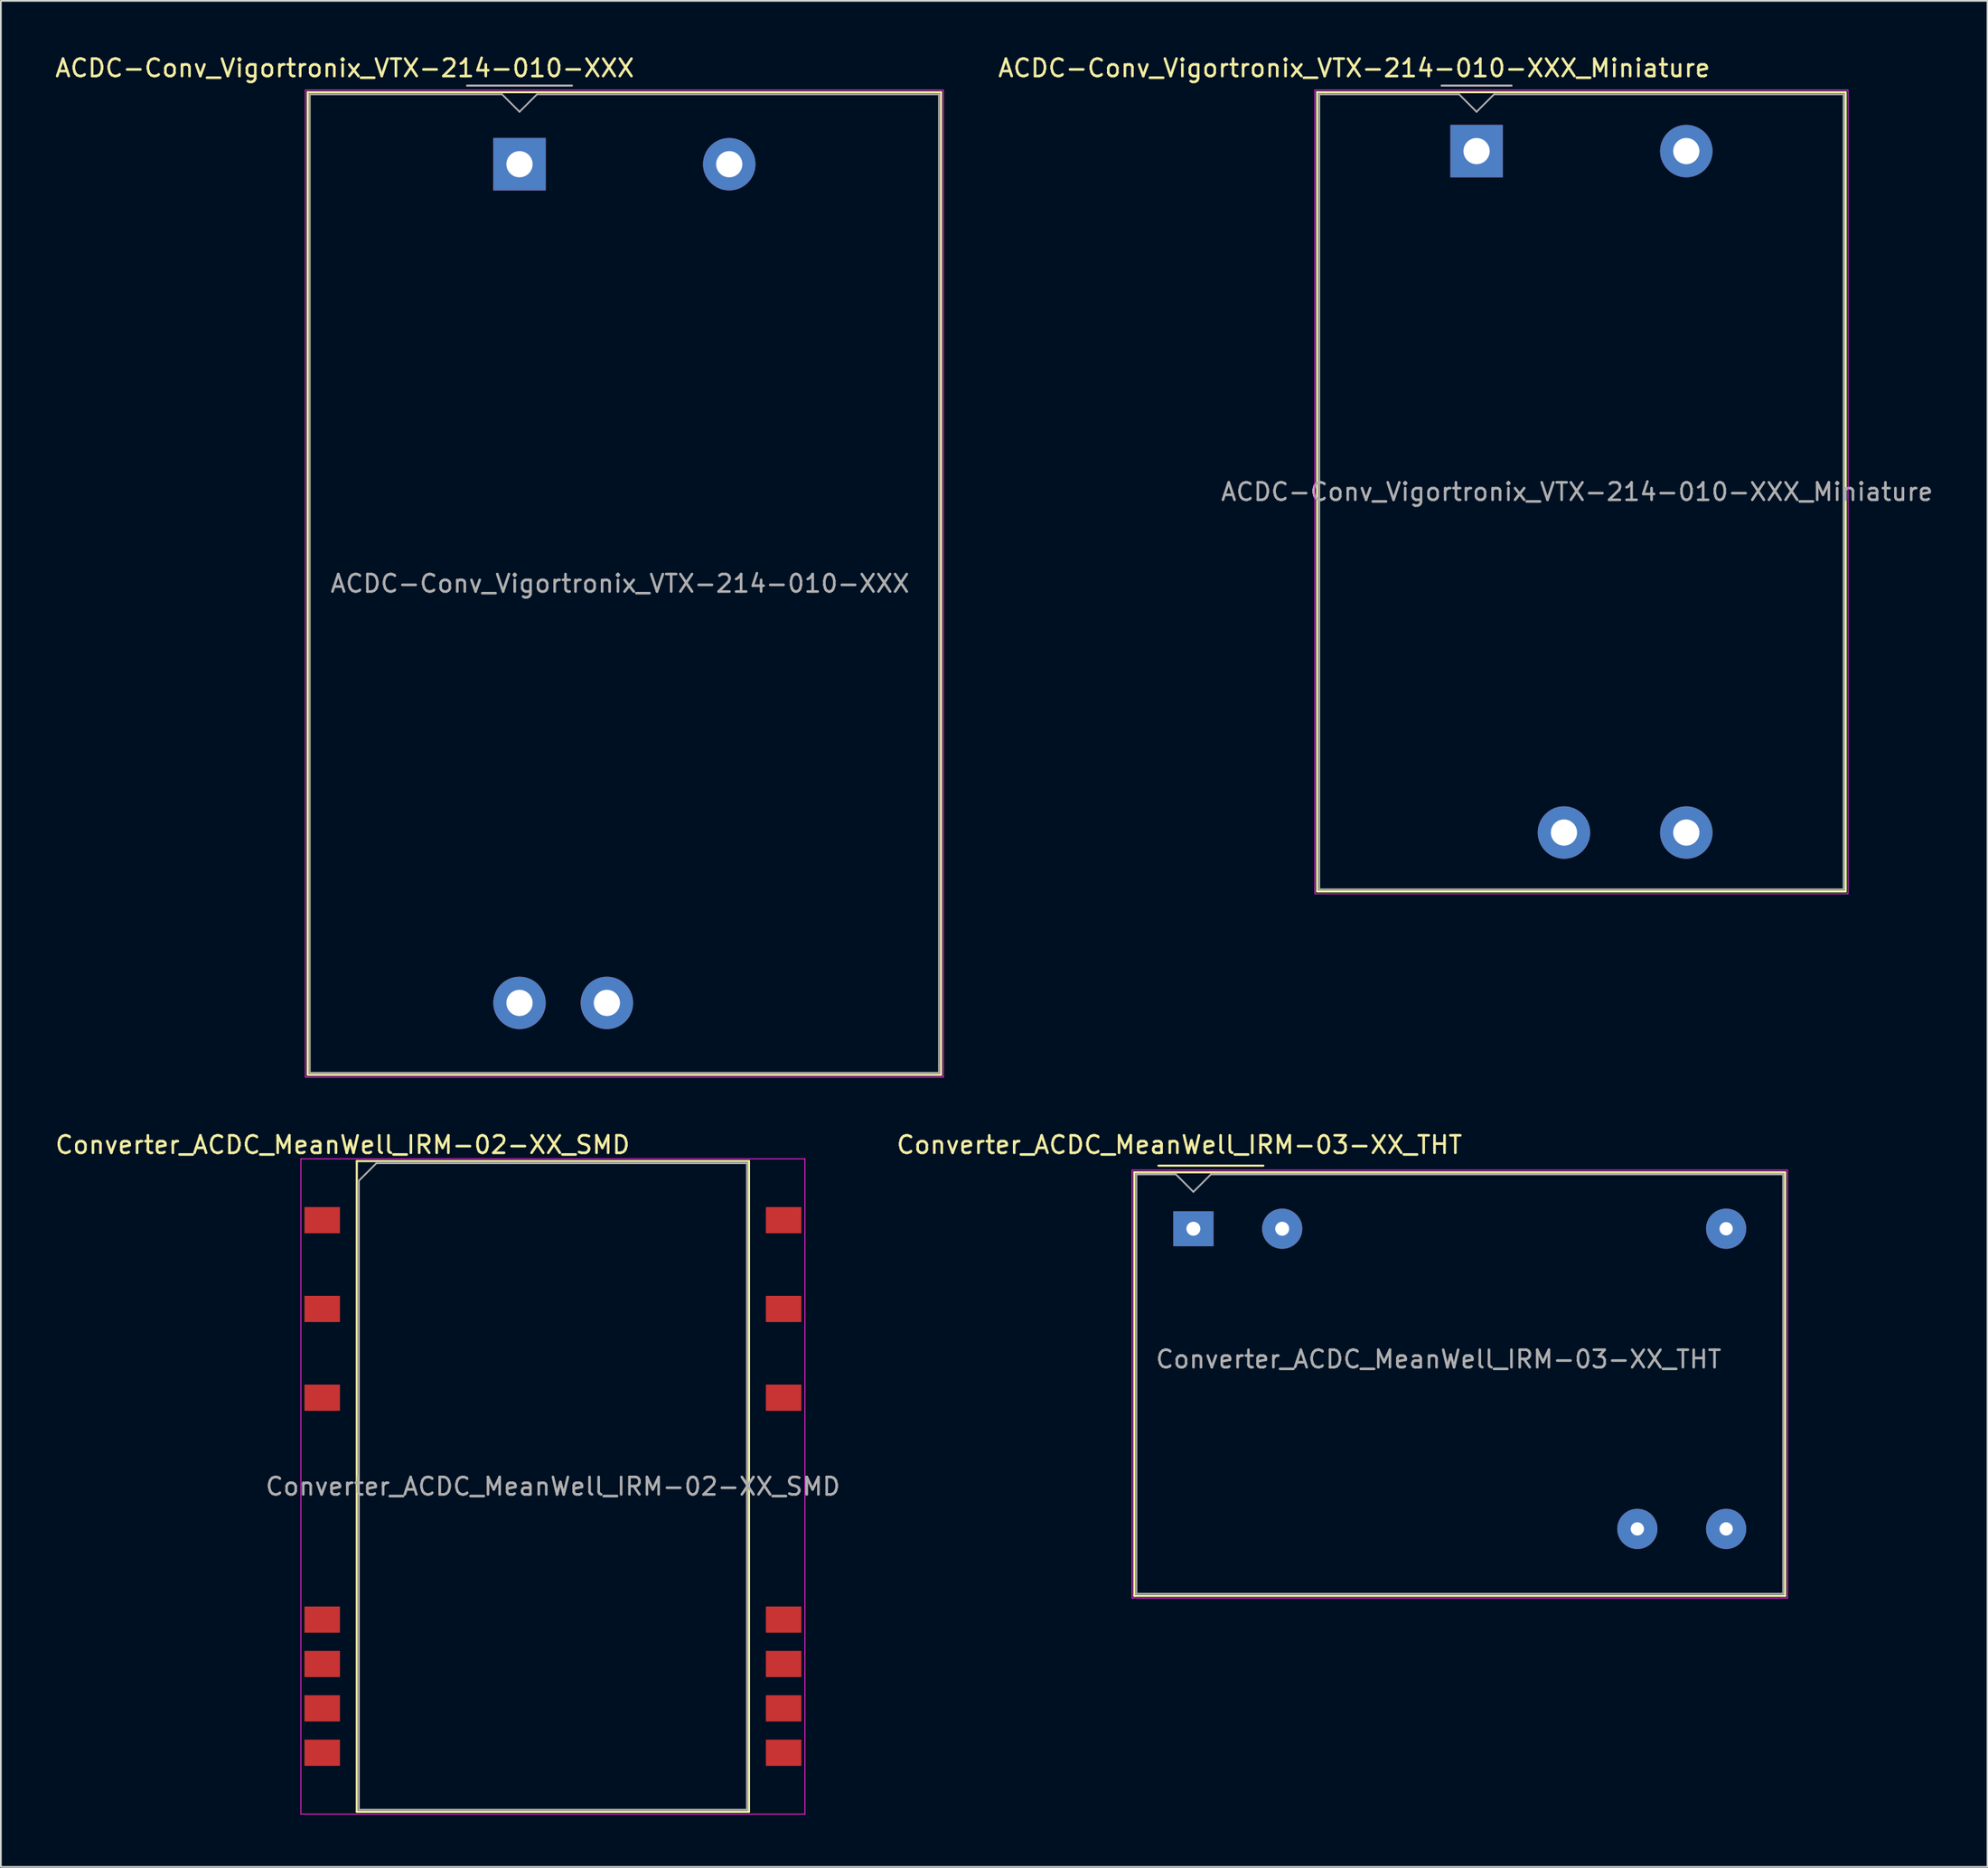
<source format=kicad_pcb>
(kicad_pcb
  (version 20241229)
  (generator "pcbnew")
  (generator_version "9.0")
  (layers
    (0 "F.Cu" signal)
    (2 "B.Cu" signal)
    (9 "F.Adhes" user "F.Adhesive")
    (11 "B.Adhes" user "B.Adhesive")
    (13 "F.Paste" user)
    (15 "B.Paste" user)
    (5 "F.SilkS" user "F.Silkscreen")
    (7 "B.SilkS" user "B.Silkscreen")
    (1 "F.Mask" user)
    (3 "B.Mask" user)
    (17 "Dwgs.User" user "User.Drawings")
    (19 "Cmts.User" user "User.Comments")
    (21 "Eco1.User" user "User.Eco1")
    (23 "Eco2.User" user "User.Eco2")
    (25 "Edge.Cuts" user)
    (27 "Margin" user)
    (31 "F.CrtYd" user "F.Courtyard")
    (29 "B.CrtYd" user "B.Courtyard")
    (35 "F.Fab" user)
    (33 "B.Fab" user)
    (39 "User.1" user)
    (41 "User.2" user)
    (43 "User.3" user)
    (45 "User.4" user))
  (footprint "ACDC-Conv_Vigortronix_VTX-214-010-XXX"
    (layer "F.Cu")
    (at 26.673 6.348)
    (property "Reference" "ACDC-Conv_Vigortronix_VTX-214-010-XXX" (at -10 -5.5 0) (layer "F.SilkS") (effects (font (size 1 1) (thickness 0.15))))
    (attr through_hole)
    (fp_line (start -12.12 -4.12) (end 24.12 -4.12) (stroke (width 0.12) (type solid)) (layer "F.SilkS"))
    (fp_line (start -12.12 52.12) (end -12.12 -4.12) (stroke (width 0.12) (type solid)) (layer "F.SilkS"))
    (fp_line (start 24.12 -4.12) (end 24.12 52.12) (stroke (width 0.12) (type solid)) (layer "F.SilkS"))
    (fp_line (start 24.12 52.12) (end -12.12 52.12) (stroke (width 0.12) (type solid)) (layer "F.SilkS"))
    (fp_line (start -12.25 -4.25) (end 24.25 -4.25) (stroke (width 0.05) (type solid)) (layer "F.CrtYd"))
    (fp_line (start -12.25 52.25) (end -12.25 -4.25) (stroke (width 0.05) (type solid)) (layer "F.CrtYd"))
    (fp_line (start 24.25 -4.25) (end 24.25 52.25) (stroke (width 0.05) (type solid)) (layer "F.CrtYd"))
    (fp_line (start 24.25 52.25) (end -12.25 52.25) (stroke (width 0.05) (type solid)) (layer "F.CrtYd"))
    (fp_line (start -12 -4) (end -1 -4) (stroke (width 0.1) (type solid)) (layer "F.Fab"))
    (fp_line (start -12 52) (end -12 -4) (stroke (width 0.1) (type solid)) (layer "F.Fab"))
    (fp_line (start -3 -4.5) (end 3 -4.5) (stroke (width 0.12) (type solid)) (layer "F.Fab"))
    (fp_line (start -1 -4) (end 0 -3) (stroke (width 0.1) (type solid)) (layer "F.Fab"))
    (fp_line (start 0 -3) (end 1 -4) (stroke (width 0.1) (type solid)) (layer "F.Fab"))
    (fp_line (start 1 -4) (end 24 -4) (stroke (width 0.1) (type solid)) (layer "F.Fab"))
    (fp_line (start 24 -4) (end 24 52) (stroke (width 0.1) (type solid)) (layer "F.Fab"))
    (fp_line (start 24 52) (end -12 52) (stroke (width 0.1) (type solid)) (layer "F.Fab"))
    (fp_text user "${REFERENCE}" (at 5.75 24 0) (layer "F.Fab") (effects (font (size 1 1) (thickness 0.15))))
    (pad "1" thru_hole rect (at 0 0) (size 3 3) (drill 1.5) (layers "*.Cu" "*.Mask"))
    (pad "2" thru_hole circle (at 12 0) (size 3 3) (drill 1.5) (layers "*.Cu" "*.Mask"))
    (pad "3" thru_hole circle (at 0 48) (size 3 3) (drill 1.5) (layers "*.Cu" "*.Mask"))
    (pad "4" thru_hole circle (at 5 48) (size 3 3) (drill 1.5) (layers "*.Cu" "*.Mask")))
  (footprint "ACDC-Conv_Vigortronix_VTX-214-010-XXX_Miniature"
    (layer "F.Cu")
    (at 81.43 5.598)
    (property "Reference" "ACDC-Conv_Vigortronix_VTX-214-010-XXX_Miniature" (at -7 -4.75 0) (layer "F.SilkS") (effects (font (size 1 1) (thickness 0.15))))
    (attr through_hole)
    (fp_line (start -9.12 -3.37) (end 21.12 -3.37) (stroke (width 0.12) (type solid)) (layer "F.SilkS"))
    (fp_line (start -9.12 42.37) (end -9.12 -3.37) (stroke (width 0.12) (type solid)) (layer "F.SilkS"))
    (fp_line (start 21.12 -3.37) (end 21.12 42.37) (stroke (width 0.12) (type solid)) (layer "F.SilkS"))
    (fp_line (start 21.12 42.37) (end -9.12 42.37) (stroke (width 0.12) (type solid)) (layer "F.SilkS"))
    (fp_line (start -9.25 -3.5) (end 21.25 -3.5) (stroke (width 0.05) (type solid)) (layer "F.CrtYd"))
    (fp_line (start -9.25 42.5) (end -9.25 -3.5) (stroke (width 0.05) (type solid)) (layer "F.CrtYd"))
    (fp_line (start 21.25 -3.5) (end 21.25 42.5) (stroke (width 0.05) (type solid)) (layer "F.CrtYd"))
    (fp_line (start 21.25 42.5) (end -9.25 42.5) (stroke (width 0.05) (type solid)) (layer "F.CrtYd"))
    (fp_line (start -9 -3.25) (end -1 -3.25) (stroke (width 0.1) (type solid)) (layer "F.Fab"))
    (fp_line (start -9 42.25) (end -9 -3.25) (stroke (width 0.1) (type solid)) (layer "F.Fab"))
    (fp_line (start -2 -3.75) (end 2 -3.75) (stroke (width 0.12) (type solid)) (layer "F.Fab"))
    (fp_line (start -1 -3.25) (end 0 -2.25) (stroke (width 0.1) (type solid)) (layer "F.Fab"))
    (fp_line (start 0 -2.25) (end 1 -3.25) (stroke (width 0.1) (type solid)) (layer "F.Fab"))
    (fp_line (start 1 -3.25) (end 21 -3.25) (stroke (width 0.1) (type solid)) (layer "F.Fab"))
    (fp_line (start 21 -3.25) (end 21 42.25) (stroke (width 0.1) (type solid)) (layer "F.Fab"))
    (fp_line (start 21 42.25) (end -9 42.25) (stroke (width 0.1) (type solid)) (layer "F.Fab"))
    (fp_text user "${REFERENCE}" (at 5.75 19.5 0) (layer "F.Fab") (effects (font (size 1 1) (thickness 0.15))))
    (pad "1" thru_hole rect (at 0 0) (size 3 3) (drill 1.5) (layers "*.Cu" "*.Mask"))
    (pad "2" thru_hole circle (at 12 0) (size 3 3) (drill 1.5) (layers "*.Cu" "*.Mask"))
    (pad "3" thru_hole circle (at 12 39) (size 3 3) (drill 1.5) (layers "*.Cu" "*.Mask"))
    (pad "4" thru_hole circle (at 5 39) (size 3 3) (drill 1.5) (layers "*.Cu" "*.Mask")))
  (footprint "Converter_ACDC_MeanWell_IRM-02-XX_SMD"
    (layer "F.Cu")
    (at 28.584 82.022)
    (property "Reference" "Converter_ACDC_MeanWell_IRM-02-XX_SMD" (at -12.03 -19.55 0) (layer "F.SilkS") (effects (font (size 1 1) (thickness 0.15))))
    (attr smd)
    (fp_line (start -11.22 -18.62) (end 11.22 -18.62) (stroke (width 0.12) (type solid)) (layer "F.SilkS"))
    (fp_line (start -11.22 18.62) (end -11.22 -18.62) (stroke (width 0.12) (type solid)) (layer "F.SilkS"))
    (fp_line (start 11.22 -18.62) (end 11.22 18.62) (stroke (width 0.12) (type solid)) (layer "F.SilkS"))
    (fp_line (start 11.22 18.62) (end -11.22 18.62) (stroke (width 0.12) (type solid)) (layer "F.SilkS"))
    (fp_line (start -14.42 -18.75) (end -14.42 18.75) (stroke (width 0.05) (type solid)) (layer "F.CrtYd"))
    (fp_line (start -14.42 18.75) (end 14.42 18.75) (stroke (width 0.05) (type solid)) (layer "F.CrtYd"))
    (fp_line (start 14.42 -18.75) (end -14.42 -18.75) (stroke (width 0.05) (type solid)) (layer "F.CrtYd"))
    (fp_line (start 14.42 18.75) (end 14.42 -18.75) (stroke (width 0.05) (type solid)) (layer "F.CrtYd"))
    (fp_line (start -11.1 -17.5) (end -11.1 18.5) (stroke (width 0.1) (type solid)) (layer "F.Fab"))
    (fp_line (start -11.1 -17.5) (end -10.1 -18.5) (stroke (width 0.1) (type solid)) (layer "F.Fab"))
    (fp_line (start -11.1 18.5) (end 11.1 18.5) (stroke (width 0.1) (type solid)) (layer "F.Fab"))
    (fp_line (start 11.1 -18.5) (end -10.1 -18.5) (stroke (width 0.1) (type solid)) (layer "F.Fab"))
    (fp_line (start 11.1 18.5) (end 11.1 -18.5) (stroke (width 0.1) (type solid)) (layer "F.Fab"))
    (fp_text user "${REFERENCE}" (at 0 0 0) (layer "F.Fab") (effects (font (size 1 1) (thickness 0.15))))
    (pad "1" smd rect (at -13.2 -15.24 270) (size 1.5 2.03) (layers "F.Cu" "F.Mask" "F.Paste"))
    (pad "3" smd rect (at -13.2 -10.16 270) (size 1.5 2.03) (layers "F.Cu" "F.Mask" "F.Paste"))
    (pad "5" smd rect (at -13.2 -5.08 270) (size 1.5 2.03) (layers "F.Cu" "F.Mask" "F.Paste"))
    (pad "10" smd rect (at -13.2 7.62 270) (size 1.5 2.03) (layers "F.Cu" "F.Mask" "F.Paste"))
    (pad "11" smd rect (at -13.2 10.16 270) (size 1.5 2.03) (layers "F.Cu" "F.Mask" "F.Paste"))
    (pad "12" smd rect (at -13.2 12.7 270) (size 1.5 2.03) (layers "F.Cu" "F.Mask" "F.Paste"))
    (pad "13" smd rect (at -13.2 15.24 270) (size 1.5 2.03) (layers "F.Cu" "F.Mask" "F.Paste"))
    (pad "14" smd rect (at 13.2 15.24 270) (size 1.5 2.03) (layers "F.Cu" "F.Mask" "F.Paste"))
    (pad "15" smd rect (at 13.2 12.7 270) (size 1.5 2.03) (layers "F.Cu" "F.Mask" "F.Paste"))
    (pad "16" smd rect (at 13.2 10.16 270) (size 1.5 2.03) (layers "F.Cu" "F.Mask" "F.Paste"))
    (pad "17" smd rect (at 13.2 7.62 270) (size 1.5 2.03) (layers "F.Cu" "F.Mask" "F.Paste"))
    (pad "22" smd rect (at 13.2 -5.08 270) (size 1.5 2.03) (layers "F.Cu" "F.Mask" "F.Paste"))
    (pad "24" smd rect (at 13.2 -10.16 270) (size 1.5 2.03) (layers "F.Cu" "F.Mask" "F.Paste"))
    (pad "26" smd rect (at 13.2 -15.24 270) (size 1.5 2.03) (layers "F.Cu" "F.Mask" "F.Paste")))
  (footprint "Converter_ACDC_MeanWell_IRM-03-XX_THT"
    (layer "F.Cu")
    (at 65.229 67.272)
    (property "Reference" "Converter_ACDC_MeanWell_IRM-03-XX_THT" (at -0.8 -4.8 0) (layer "F.SilkS") (effects (font (size 1 1) (thickness 0.15))))
    (attr through_hole)
    (fp_line (start -3.38 -3.23) (end 33.86 -3.23) (stroke (width 0.12) (type solid)) (layer "F.SilkS"))
    (fp_line (start -3.38 21.01) (end -3.38 -3.23) (stroke (width 0.12) (type solid)) (layer "F.SilkS"))
    (fp_line (start -3.38 21.01) (end 33.86 21.01) (stroke (width 0.12) (type solid)) (layer "F.SilkS"))
    (fp_line (start -2 -3.61) (end 4 -3.61) (stroke (width 0.12) (type solid)) (layer "F.SilkS"))
    (fp_line (start 33.86 -3.23) (end 33.86 21.01) (stroke (width 0.12) (type solid)) (layer "F.SilkS"))
    (fp_line (start -3.51 -3.36) (end 33.99 -3.36) (stroke (width 0.05) (type solid)) (layer "F.CrtYd"))
    (fp_line (start -3.51 21.14) (end -3.51 -3.36) (stroke (width 0.05) (type solid)) (layer "F.CrtYd"))
    (fp_line (start -3.51 21.14) (end 33.99 21.14) (stroke (width 0.05) (type solid)) (layer "F.CrtYd"))
    (fp_line (start 33.99 21.14) (end 33.99 -3.36) (stroke (width 0.05) (type solid)) (layer "F.CrtYd"))
    (fp_line (start -3.26 20.89) (end -3.26 -3.11) (stroke (width 0.1) (type solid)) (layer "F.Fab"))
    (fp_line (start -3.26 20.89) (end 33.74 20.89) (stroke (width 0.1) (type solid)) (layer "F.Fab"))
    (fp_line (start -1 -3.11) (end -3.26 -3.11) (stroke (width 0.1) (type solid)) (layer "F.Fab"))
    (fp_line (start 0 -2.11) (end -1 -3.11) (stroke (width 0.1) (type solid)) (layer "F.Fab"))
    (fp_line (start 1 -3.11) (end 0 -2.11) (stroke (width 0.1) (type solid)) (layer "F.Fab"))
    (fp_line (start 1 -3.11) (end 33.74 -3.11) (stroke (width 0.1) (type solid)) (layer "F.Fab"))
    (fp_line (start 33.74 20.89) (end 33.74 -3.11) (stroke (width 0.1) (type solid)) (layer "F.Fab"))
    (fp_text user "${REFERENCE}" (at 14.03 7.47 0) (layer "F.Fab") (effects (font (size 1 1) (thickness 0.15))))
    (pad "1" thru_hole rect (at 0 0) (size 2.3 2) (drill 0.8) (layers "*.Cu" "*.Mask"))
    (pad "3" thru_hole circle (at 5.08 0) (size 2.3 2.3) (drill 0.8) (layers "*.Cu" "*.Mask"))
    (pad "5" thru_hole circle (at 30.48 0) (size 2.3 2.3) (drill 0.76) (layers "*.Cu" "*.Mask"))
    (pad "14" thru_hole circle (at 30.48 17.18) (size 2.3 2.3) (drill 0.76) (layers "*.Cu" "*.Mask"))
    (pad "16" thru_hole circle (at 25.4 17.18) (size 2.3 2.3) (drill 0.76) (layers "*.Cu" "*.Mask")))
  (gr_rect
    (start -3 -3)
    (end 110.662 103.796)
    (stroke (width 0.1) (type default))
    (fill no)
    (layer "Edge.Cuts")))
</source>
